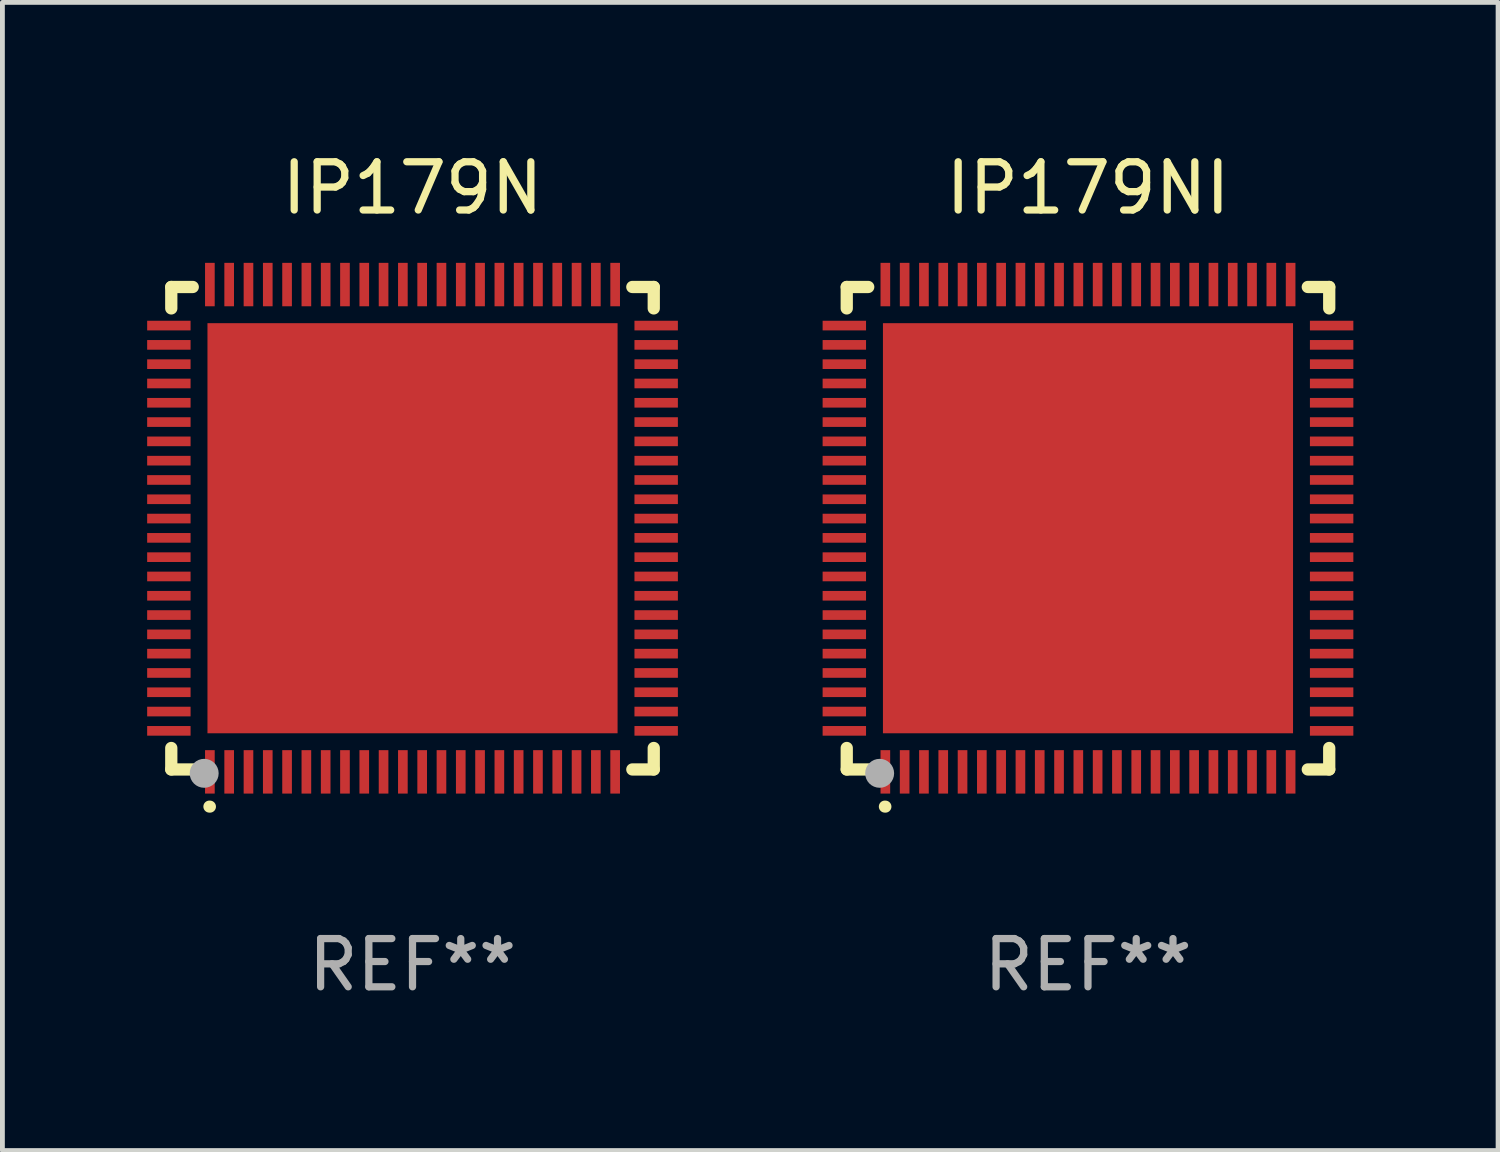
<source format=kicad_pcb>
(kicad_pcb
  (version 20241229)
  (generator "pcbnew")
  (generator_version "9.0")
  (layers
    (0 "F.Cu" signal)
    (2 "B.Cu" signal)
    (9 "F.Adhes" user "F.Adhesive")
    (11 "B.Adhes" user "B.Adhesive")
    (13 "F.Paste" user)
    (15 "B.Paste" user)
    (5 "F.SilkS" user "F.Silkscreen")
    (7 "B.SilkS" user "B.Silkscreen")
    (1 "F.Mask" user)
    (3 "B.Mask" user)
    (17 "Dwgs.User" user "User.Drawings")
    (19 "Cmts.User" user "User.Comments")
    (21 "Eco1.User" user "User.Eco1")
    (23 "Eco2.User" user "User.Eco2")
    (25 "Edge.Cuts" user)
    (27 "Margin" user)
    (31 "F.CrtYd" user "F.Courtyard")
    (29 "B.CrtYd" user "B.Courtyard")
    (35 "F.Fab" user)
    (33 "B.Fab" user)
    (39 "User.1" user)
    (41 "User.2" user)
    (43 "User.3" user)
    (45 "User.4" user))
  (footprint "IP179NI"
    (layer "F.Cu")
    (at 19.5 7.898)
    (property "Reference" "IP179NI" (at 0 -7.05 0) (layer "F.SilkS") (effects (font (size 1 1) (thickness 0.15))))
    (attr through_hole)
    (fp_line (start -5 -5) (end -4.555 -5) (stroke (width 0.254) (type solid)) (layer "F.SilkS"))
    (fp_line (start -5 -4.556) (end -5 -5) (stroke (width 0.254) (type solid)) (layer "F.SilkS"))
    (fp_line (start -5 5) (end -5 4.555) (stroke (width 0.254) (type solid)) (layer "F.SilkS"))
    (fp_line (start -5 5) (end -4.555 5) (stroke (width 0.254) (type solid)) (layer "F.SilkS"))
    (fp_line (start 4.556 -5) (end 5 -5) (stroke (width 0.254) (type solid)) (layer "F.SilkS"))
    (fp_line (start 4.556 5) (end 5 5) (stroke (width 0.254) (type solid)) (layer "F.SilkS"))
    (fp_line (start 5 -5) (end 5 -4.556) (stroke (width 0.254) (type solid)) (layer "F.SilkS"))
    (fp_line (start 5 4.555) (end 5 5) (stroke (width 0.254) (type solid)) (layer "F.SilkS"))
    (fp_arc (start -4.210008 5.770003) (mid -4.204453 5.770132) (end -4.198908 5.770486) (stroke (width 0.249987) (type solid)) (layer "F.SilkS"))
    (fp_circle (center -5 5) (end -4.97 5) (stroke (width 0.06) (type solid)) (fill no) (layer "F.SilkS"))
    (fp_circle (center -4.318 5.08) (end -4.168 5.08) (stroke (width 0.3) (type solid)) (fill no) (layer "F.Fab"))
    (fp_text user "REF**" (at 0 9.05 0) (layer "F.Fab") (effects (font (size 1 1) (thickness 0.15))))
    (pad "1" smd rect (at -4.2 5.05) (size 0.2 0.9) (layers "F.Cu" "F.Mask" "F.Paste"))
    (pad "2" smd rect (at -3.8 5.05) (size 0.2 0.9) (layers "F.Cu" "F.Mask" "F.Paste"))
    (pad "3" smd rect (at -3.4 5.05) (size 0.2 0.9) (layers "F.Cu" "F.Mask" "F.Paste"))
    (pad "4" smd rect (at -3 5.05) (size 0.2 0.9) (layers "F.Cu" "F.Mask" "F.Paste"))
    (pad "5" smd rect (at -2.6 5.05) (size 0.2 0.9) (layers "F.Cu" "F.Mask" "F.Paste"))
    (pad "6" smd rect (at -2.2 5.05) (size 0.2 0.9) (layers "F.Cu" "F.Mask" "F.Paste"))
    (pad "7" smd rect (at -1.8 5.05) (size 0.2 0.9) (layers "F.Cu" "F.Mask" "F.Paste"))
    (pad "8" smd rect (at -1.4 5.05) (size 0.2 0.9) (layers "F.Cu" "F.Mask" "F.Paste"))
    (pad "9" smd rect (at -1 5.05) (size 0.2 0.9) (layers "F.Cu" "F.Mask" "F.Paste"))
    (pad "10" smd rect (at -0.6 5.05) (size 0.2 0.9) (layers "F.Cu" "F.Mask" "F.Paste"))
    (pad "11" smd rect (at -0.2 5.05) (size 0.2 0.9) (layers "F.Cu" "F.Mask" "F.Paste"))
    (pad "12" smd rect (at 0.2 5.05) (size 0.2 0.9) (layers "F.Cu" "F.Mask" "F.Paste"))
    (pad "13" smd rect (at 0.6 5.05) (size 0.2 0.9) (layers "F.Cu" "F.Mask" "F.Paste"))
    (pad "14" smd rect (at 1 5.05) (size 0.2 0.9) (layers "F.Cu" "F.Mask" "F.Paste"))
    (pad "15" smd rect (at 1.4 5.05) (size 0.2 0.9) (layers "F.Cu" "F.Mask" "F.Paste"))
    (pad "16" smd rect (at 1.8 5.05) (size 0.2 0.9) (layers "F.Cu" "F.Mask" "F.Paste"))
    (pad "17" smd rect (at 2.2 5.05) (size 0.2 0.9) (layers "F.Cu" "F.Mask" "F.Paste"))
    (pad "18" smd rect (at 2.6 5.05) (size 0.2 0.9) (layers "F.Cu" "F.Mask" "F.Paste"))
    (pad "19" smd rect (at 3 5.05) (size 0.2 0.9) (layers "F.Cu" "F.Mask" "F.Paste"))
    (pad "20" smd rect (at 3.4 5.05) (size 0.2 0.9) (layers "F.Cu" "F.Mask" "F.Paste"))
    (pad "21" smd rect (at 3.8 5.05) (size 0.2 0.9) (layers "F.Cu" "F.Mask" "F.Paste"))
    (pad "22" smd rect (at 4.2 5.05) (size 0.2 0.9) (layers "F.Cu" "F.Mask" "F.Paste"))
    (pad "23" smd rect (at 5.05 4.2) (size 0.9 0.2) (layers "F.Cu" "F.Mask" "F.Paste"))
    (pad "24" smd rect (at 5.05 3.8) (size 0.9 0.2) (layers "F.Cu" "F.Mask" "F.Paste"))
    (pad "25" smd rect (at 5.05 3.4) (size 0.9 0.2) (layers "F.Cu" "F.Mask" "F.Paste"))
    (pad "26" smd rect (at 5.05 3) (size 0.9 0.2) (layers "F.Cu" "F.Mask" "F.Paste"))
    (pad "27" smd rect (at 5.05 2.6) (size 0.9 0.2) (layers "F.Cu" "F.Mask" "F.Paste"))
    (pad "28" smd rect (at 5.05 2.2) (size 0.9 0.2) (layers "F.Cu" "F.Mask" "F.Paste"))
    (pad "29" smd rect (at 5.05 1.8) (size 0.9 0.2) (layers "F.Cu" "F.Mask" "F.Paste"))
    (pad "30" smd rect (at 5.05 1.4) (size 0.9 0.2) (layers "F.Cu" "F.Mask" "F.Paste"))
    (pad "31" smd rect (at 5.05 1) (size 0.9 0.2) (layers "F.Cu" "F.Mask" "F.Paste"))
    (pad "32" smd rect (at 5.05 0.6) (size 0.9 0.2) (layers "F.Cu" "F.Mask" "F.Paste"))
    (pad "33" smd rect (at 5.05 0.2) (size 0.9 0.2) (layers "F.Cu" "F.Mask" "F.Paste"))
    (pad "34" smd rect (at 5.05 -0.2) (size 0.9 0.2) (layers "F.Cu" "F.Mask" "F.Paste"))
    (pad "35" smd rect (at 5.05 -0.6) (size 0.9 0.2) (layers "F.Cu" "F.Mask" "F.Paste"))
    (pad "36" smd rect (at 5.05 -1) (size 0.9 0.2) (layers "F.Cu" "F.Mask" "F.Paste"))
    (pad "37" smd rect (at 5.05 -1.4) (size 0.9 0.2) (layers "F.Cu" "F.Mask" "F.Paste"))
    (pad "38" smd rect (at 5.05 -1.8) (size 0.9 0.2) (layers "F.Cu" "F.Mask" "F.Paste"))
    (pad "39" smd rect (at 5.05 -2.2) (size 0.9 0.2) (layers "F.Cu" "F.Mask" "F.Paste"))
    (pad "40" smd rect (at 5.05 -2.6) (size 0.9 0.2) (layers "F.Cu" "F.Mask" "F.Paste"))
    (pad "41" smd rect (at 5.05 -3) (size 0.9 0.2) (layers "F.Cu" "F.Mask" "F.Paste"))
    (pad "42" smd rect (at 5.05 -3.4) (size 0.9 0.2) (layers "F.Cu" "F.Mask" "F.Paste"))
    (pad "43" smd rect (at 5.05 -3.8) (size 0.9 0.2) (layers "F.Cu" "F.Mask" "F.Paste"))
    (pad "44" smd rect (at 5.05 -4.2) (size 0.9 0.2) (layers "F.Cu" "F.Mask" "F.Paste"))
    (pad "45" smd rect (at 4.2 -5.05) (size 0.2 0.9) (layers "F.Cu" "F.Mask" "F.Paste"))
    (pad "46" smd rect (at 3.8 -5.05) (size 0.2 0.9) (layers "F.Cu" "F.Mask" "F.Paste"))
    (pad "47" smd rect (at 3.4 -5.05) (size 0.2 0.9) (layers "F.Cu" "F.Mask" "F.Paste"))
    (pad "48" smd rect (at 3 -5.05) (size 0.2 0.9) (layers "F.Cu" "F.Mask" "F.Paste"))
    (pad "49" smd rect (at 2.6 -5.05) (size 0.2 0.9) (layers "F.Cu" "F.Mask" "F.Paste"))
    (pad "50" smd rect (at 2.2 -5.05) (size 0.2 0.9) (layers "F.Cu" "F.Mask" "F.Paste"))
    (pad "51" smd rect (at 1.8 -5.05) (size 0.2 0.9) (layers "F.Cu" "F.Mask" "F.Paste"))
    (pad "52" smd rect (at 1.4 -5.05) (size 0.2 0.9) (layers "F.Cu" "F.Mask" "F.Paste"))
    (pad "53" smd rect (at 1 -5.05) (size 0.2 0.9) (layers "F.Cu" "F.Mask" "F.Paste"))
    (pad "54" smd rect (at 0.6 -5.05) (size 0.2 0.9) (layers "F.Cu" "F.Mask" "F.Paste"))
    (pad "55" smd rect (at 0.2 -5.05) (size 0.2 0.9) (layers "F.Cu" "F.Mask" "F.Paste"))
    (pad "56" smd rect (at -0.2 -5.05) (size 0.2 0.9) (layers "F.Cu" "F.Mask" "F.Paste"))
    (pad "57" smd rect (at -0.6 -5.05) (size 0.2 0.9) (layers "F.Cu" "F.Mask" "F.Paste"))
    (pad "58" smd rect (at -1 -5.05) (size 0.2 0.9) (layers "F.Cu" "F.Mask" "F.Paste"))
    (pad "59" smd rect (at -1.4 -5.05) (size 0.2 0.9) (layers "F.Cu" "F.Mask" "F.Paste"))
    (pad "60" smd rect (at -1.8 -5.05) (size 0.2 0.9) (layers "F.Cu" "F.Mask" "F.Paste"))
    (pad "61" smd rect (at -2.2 -5.05) (size 0.2 0.9) (layers "F.Cu" "F.Mask" "F.Paste"))
    (pad "62" smd rect (at -2.6 -5.05) (size 0.2 0.9) (layers "F.Cu" "F.Mask" "F.Paste"))
    (pad "63" smd rect (at -3 -5.05) (size 0.2 0.9) (layers "F.Cu" "F.Mask" "F.Paste"))
    (pad "64" smd rect (at -3.4 -5.05) (size 0.2 0.9) (layers "F.Cu" "F.Mask" "F.Paste"))
    (pad "65" smd rect (at -3.8 -5.05) (size 0.2 0.9) (layers "F.Cu" "F.Mask" "F.Paste"))
    (pad "66" smd rect (at -4.2 -5.05) (size 0.2 0.9) (layers "F.Cu" "F.Mask" "F.Paste"))
    (pad "67" smd rect (at -5.05 -4.2) (size 0.9 0.2) (layers "F.Cu" "F.Mask" "F.Paste"))
    (pad "68" smd rect (at -5.05 -3.8) (size 0.9 0.2) (layers "F.Cu" "F.Mask" "F.Paste"))
    (pad "69" smd rect (at -5.05 -3.4) (size 0.9 0.2) (layers "F.Cu" "F.Mask" "F.Paste"))
    (pad "70" smd rect (at -5.05 -3) (size 0.9 0.2) (layers "F.Cu" "F.Mask" "F.Paste"))
    (pad "71" smd rect (at -5.05 -2.6) (size 0.9 0.2) (layers "F.Cu" "F.Mask" "F.Paste"))
    (pad "72" smd rect (at -5.05 -2.2) (size 0.9 0.2) (layers "F.Cu" "F.Mask" "F.Paste"))
    (pad "73" smd rect (at -5.05 -1.8) (size 0.9 0.2) (layers "F.Cu" "F.Mask" "F.Paste"))
    (pad "74" smd rect (at -5.05 -1.4) (size 0.9 0.2) (layers "F.Cu" "F.Mask" "F.Paste"))
    (pad "75" smd rect (at -5.05 -1) (size 0.9 0.2) (layers "F.Cu" "F.Mask" "F.Paste"))
    (pad "76" smd rect (at -5.05 -0.6) (size 0.9 0.2) (layers "F.Cu" "F.Mask" "F.Paste"))
    (pad "77" smd rect (at -5.05 -0.2) (size 0.9 0.2) (layers "F.Cu" "F.Mask" "F.Paste"))
    (pad "78" smd rect (at -5.05 0.2) (size 0.9 0.2) (layers "F.Cu" "F.Mask" "F.Paste"))
    (pad "79" smd rect (at -5.05 0.6) (size 0.9 0.2) (layers "F.Cu" "F.Mask" "F.Paste"))
    (pad "80" smd rect (at -5.05 1) (size 0.9 0.2) (layers "F.Cu" "F.Mask" "F.Paste"))
    (pad "81" smd rect (at -5.05 1.4) (size 0.9 0.2) (layers "F.Cu" "F.Mask" "F.Paste"))
    (pad "82" smd rect (at -5.05 1.8) (size 0.9 0.2) (layers "F.Cu" "F.Mask" "F.Paste"))
    (pad "83" smd rect (at -5.05 2.2) (size 0.9 0.2) (layers "F.Cu" "F.Mask" "F.Paste"))
    (pad "84" smd rect (at -5.05 2.6) (size 0.9 0.2) (layers "F.Cu" "F.Mask" "F.Paste"))
    (pad "85" smd rect (at -5.05 3) (size 0.9 0.2) (layers "F.Cu" "F.Mask" "F.Paste"))
    (pad "86" smd rect (at -5.05 3.4) (size 0.9 0.2) (layers "F.Cu" "F.Mask" "F.Paste"))
    (pad "87" smd rect (at -5.05 3.8) (size 0.9 0.2) (layers "F.Cu" "F.Mask" "F.Paste"))
    (pad "88" smd rect (at -5.05 4.2) (size 0.9 0.2) (layers "F.Cu" "F.Mask" "F.Paste"))
    (pad "89" smd rect (at 0 0.000254) (size 8.5 8.5) (layers "F.Cu" "F.Mask" "F.Paste")))
  (footprint "IP179N"
    (layer "F.Cu")
    (at 5.5 7.898)
    (property "Reference" "IP179N" (at 0 -7.05 0) (layer "F.SilkS") (effects (font (size 1 1) (thickness 0.15))))
    (attr through_hole)
    (fp_line (start -5 -5) (end -4.555 -5) (stroke (width 0.254) (type solid)) (layer "F.SilkS"))
    (fp_line (start -5 -4.556) (end -5 -5) (stroke (width 0.254) (type solid)) (layer "F.SilkS"))
    (fp_line (start -5 5) (end -5 4.555) (stroke (width 0.254) (type solid)) (layer "F.SilkS"))
    (fp_line (start -5 5) (end -4.555 5) (stroke (width 0.254) (type solid)) (layer "F.SilkS"))
    (fp_line (start 4.556 -5) (end 5 -5) (stroke (width 0.254) (type solid)) (layer "F.SilkS"))
    (fp_line (start 4.556 5) (end 5 5) (stroke (width 0.254) (type solid)) (layer "F.SilkS"))
    (fp_line (start 5 -5) (end 5 -4.556) (stroke (width 0.254) (type solid)) (layer "F.SilkS"))
    (fp_line (start 5 4.555) (end 5 5) (stroke (width 0.254) (type solid)) (layer "F.SilkS"))
    (fp_arc (start -4.210008 5.770003) (mid -4.204453 5.770132) (end -4.198908 5.770486) (stroke (width 0.249987) (type solid)) (layer "F.SilkS"))
    (fp_circle (center -5 5) (end -4.97 5) (stroke (width 0.06) (type solid)) (fill no) (layer "F.SilkS"))
    (fp_circle (center -4.318 5.08) (end -4.168 5.08) (stroke (width 0.3) (type solid)) (fill no) (layer "F.Fab"))
    (fp_text user "REF**" (at 0 9.05 0) (layer "F.Fab") (effects (font (size 1 1) (thickness 0.15))))
    (pad "1" smd rect (at -4.2 5.05) (size 0.2 0.9) (layers "F.Cu" "F.Mask" "F.Paste"))
    (pad "2" smd rect (at -3.8 5.05) (size 0.2 0.9) (layers "F.Cu" "F.Mask" "F.Paste"))
    (pad "3" smd rect (at -3.4 5.05) (size 0.2 0.9) (layers "F.Cu" "F.Mask" "F.Paste"))
    (pad "4" smd rect (at -3 5.05) (size 0.2 0.9) (layers "F.Cu" "F.Mask" "F.Paste"))
    (pad "5" smd rect (at -2.6 5.05) (size 0.2 0.9) (layers "F.Cu" "F.Mask" "F.Paste"))
    (pad "6" smd rect (at -2.2 5.05) (size 0.2 0.9) (layers "F.Cu" "F.Mask" "F.Paste"))
    (pad "7" smd rect (at -1.8 5.05) (size 0.2 0.9) (layers "F.Cu" "F.Mask" "F.Paste"))
    (pad "8" smd rect (at -1.4 5.05) (size 0.2 0.9) (layers "F.Cu" "F.Mask" "F.Paste"))
    (pad "9" smd rect (at -1 5.05) (size 0.2 0.9) (layers "F.Cu" "F.Mask" "F.Paste"))
    (pad "10" smd rect (at -0.6 5.05) (size 0.2 0.9) (layers "F.Cu" "F.Mask" "F.Paste"))
    (pad "11" smd rect (at -0.2 5.05) (size 0.2 0.9) (layers "F.Cu" "F.Mask" "F.Paste"))
    (pad "12" smd rect (at 0.2 5.05) (size 0.2 0.9) (layers "F.Cu" "F.Mask" "F.Paste"))
    (pad "13" smd rect (at 0.6 5.05) (size 0.2 0.9) (layers "F.Cu" "F.Mask" "F.Paste"))
    (pad "14" smd rect (at 1 5.05) (size 0.2 0.9) (layers "F.Cu" "F.Mask" "F.Paste"))
    (pad "15" smd rect (at 1.4 5.05) (size 0.2 0.9) (layers "F.Cu" "F.Mask" "F.Paste"))
    (pad "16" smd rect (at 1.8 5.05) (size 0.2 0.9) (layers "F.Cu" "F.Mask" "F.Paste"))
    (pad "17" smd rect (at 2.2 5.05) (size 0.2 0.9) (layers "F.Cu" "F.Mask" "F.Paste"))
    (pad "18" smd rect (at 2.6 5.05) (size 0.2 0.9) (layers "F.Cu" "F.Mask" "F.Paste"))
    (pad "19" smd rect (at 3 5.05) (size 0.2 0.9) (layers "F.Cu" "F.Mask" "F.Paste"))
    (pad "20" smd rect (at 3.4 5.05) (size 0.2 0.9) (layers "F.Cu" "F.Mask" "F.Paste"))
    (pad "21" smd rect (at 3.8 5.05) (size 0.2 0.9) (layers "F.Cu" "F.Mask" "F.Paste"))
    (pad "22" smd rect (at 4.2 5.05) (size 0.2 0.9) (layers "F.Cu" "F.Mask" "F.Paste"))
    (pad "23" smd rect (at 5.05 4.2) (size 0.9 0.2) (layers "F.Cu" "F.Mask" "F.Paste"))
    (pad "24" smd rect (at 5.05 3.8) (size 0.9 0.2) (layers "F.Cu" "F.Mask" "F.Paste"))
    (pad "25" smd rect (at 5.05 3.4) (size 0.9 0.2) (layers "F.Cu" "F.Mask" "F.Paste"))
    (pad "26" smd rect (at 5.05 3) (size 0.9 0.2) (layers "F.Cu" "F.Mask" "F.Paste"))
    (pad "27" smd rect (at 5.05 2.6) (size 0.9 0.2) (layers "F.Cu" "F.Mask" "F.Paste"))
    (pad "28" smd rect (at 5.05 2.2) (size 0.9 0.2) (layers "F.Cu" "F.Mask" "F.Paste"))
    (pad "29" smd rect (at 5.05 1.8) (size 0.9 0.2) (layers "F.Cu" "F.Mask" "F.Paste"))
    (pad "30" smd rect (at 5.05 1.4) (size 0.9 0.2) (layers "F.Cu" "F.Mask" "F.Paste"))
    (pad "31" smd rect (at 5.05 1) (size 0.9 0.2) (layers "F.Cu" "F.Mask" "F.Paste"))
    (pad "32" smd rect (at 5.05 0.6) (size 0.9 0.2) (layers "F.Cu" "F.Mask" "F.Paste"))
    (pad "33" smd rect (at 5.05 0.2) (size 0.9 0.2) (layers "F.Cu" "F.Mask" "F.Paste"))
    (pad "34" smd rect (at 5.05 -0.2) (size 0.9 0.2) (layers "F.Cu" "F.Mask" "F.Paste"))
    (pad "35" smd rect (at 5.05 -0.6) (size 0.9 0.2) (layers "F.Cu" "F.Mask" "F.Paste"))
    (pad "36" smd rect (at 5.05 -1) (size 0.9 0.2) (layers "F.Cu" "F.Mask" "F.Paste"))
    (pad "37" smd rect (at 5.05 -1.4) (size 0.9 0.2) (layers "F.Cu" "F.Mask" "F.Paste"))
    (pad "38" smd rect (at 5.05 -1.8) (size 0.9 0.2) (layers "F.Cu" "F.Mask" "F.Paste"))
    (pad "39" smd rect (at 5.05 -2.2) (size 0.9 0.2) (layers "F.Cu" "F.Mask" "F.Paste"))
    (pad "40" smd rect (at 5.05 -2.6) (size 0.9 0.2) (layers "F.Cu" "F.Mask" "F.Paste"))
    (pad "41" smd rect (at 5.05 -3) (size 0.9 0.2) (layers "F.Cu" "F.Mask" "F.Paste"))
    (pad "42" smd rect (at 5.05 -3.4) (size 0.9 0.2) (layers "F.Cu" "F.Mask" "F.Paste"))
    (pad "43" smd rect (at 5.05 -3.8) (size 0.9 0.2) (layers "F.Cu" "F.Mask" "F.Paste"))
    (pad "44" smd rect (at 5.05 -4.2) (size 0.9 0.2) (layers "F.Cu" "F.Mask" "F.Paste"))
    (pad "45" smd rect (at 4.2 -5.05) (size 0.2 0.9) (layers "F.Cu" "F.Mask" "F.Paste"))
    (pad "46" smd rect (at 3.8 -5.05) (size 0.2 0.9) (layers "F.Cu" "F.Mask" "F.Paste"))
    (pad "47" smd rect (at 3.4 -5.05) (size 0.2 0.9) (layers "F.Cu" "F.Mask" "F.Paste"))
    (pad "48" smd rect (at 3 -5.05) (size 0.2 0.9) (layers "F.Cu" "F.Mask" "F.Paste"))
    (pad "49" smd rect (at 2.6 -5.05) (size 0.2 0.9) (layers "F.Cu" "F.Mask" "F.Paste"))
    (pad "50" smd rect (at 2.2 -5.05) (size 0.2 0.9) (layers "F.Cu" "F.Mask" "F.Paste"))
    (pad "51" smd rect (at 1.8 -5.05) (size 0.2 0.9) (layers "F.Cu" "F.Mask" "F.Paste"))
    (pad "52" smd rect (at 1.4 -5.05) (size 0.2 0.9) (layers "F.Cu" "F.Mask" "F.Paste"))
    (pad "53" smd rect (at 1 -5.05) (size 0.2 0.9) (layers "F.Cu" "F.Mask" "F.Paste"))
    (pad "54" smd rect (at 0.6 -5.05) (size 0.2 0.9) (layers "F.Cu" "F.Mask" "F.Paste"))
    (pad "55" smd rect (at 0.2 -5.05) (size 0.2 0.9) (layers "F.Cu" "F.Mask" "F.Paste"))
    (pad "56" smd rect (at -0.2 -5.05) (size 0.2 0.9) (layers "F.Cu" "F.Mask" "F.Paste"))
    (pad "57" smd rect (at -0.6 -5.05) (size 0.2 0.9) (layers "F.Cu" "F.Mask" "F.Paste"))
    (pad "58" smd rect (at -1 -5.05) (size 0.2 0.9) (layers "F.Cu" "F.Mask" "F.Paste"))
    (pad "59" smd rect (at -1.4 -5.05) (size 0.2 0.9) (layers "F.Cu" "F.Mask" "F.Paste"))
    (pad "60" smd rect (at -1.8 -5.05) (size 0.2 0.9) (layers "F.Cu" "F.Mask" "F.Paste"))
    (pad "61" smd rect (at -2.2 -5.05) (size 0.2 0.9) (layers "F.Cu" "F.Mask" "F.Paste"))
    (pad "62" smd rect (at -2.6 -5.05) (size 0.2 0.9) (layers "F.Cu" "F.Mask" "F.Paste"))
    (pad "63" smd rect (at -3 -5.05) (size 0.2 0.9) (layers "F.Cu" "F.Mask" "F.Paste"))
    (pad "64" smd rect (at -3.4 -5.05) (size 0.2 0.9) (layers "F.Cu" "F.Mask" "F.Paste"))
    (pad "65" smd rect (at -3.8 -5.05) (size 0.2 0.9) (layers "F.Cu" "F.Mask" "F.Paste"))
    (pad "66" smd rect (at -4.2 -5.05) (size 0.2 0.9) (layers "F.Cu" "F.Mask" "F.Paste"))
    (pad "67" smd rect (at -5.05 -4.2) (size 0.9 0.2) (layers "F.Cu" "F.Mask" "F.Paste"))
    (pad "68" smd rect (at -5.05 -3.8) (size 0.9 0.2) (layers "F.Cu" "F.Mask" "F.Paste"))
    (pad "69" smd rect (at -5.05 -3.4) (size 0.9 0.2) (layers "F.Cu" "F.Mask" "F.Paste"))
    (pad "70" smd rect (at -5.05 -3) (size 0.9 0.2) (layers "F.Cu" "F.Mask" "F.Paste"))
    (pad "71" smd rect (at -5.05 -2.6) (size 0.9 0.2) (layers "F.Cu" "F.Mask" "F.Paste"))
    (pad "72" smd rect (at -5.05 -2.2) (size 0.9 0.2) (layers "F.Cu" "F.Mask" "F.Paste"))
    (pad "73" smd rect (at -5.05 -1.8) (size 0.9 0.2) (layers "F.Cu" "F.Mask" "F.Paste"))
    (pad "74" smd rect (at -5.05 -1.4) (size 0.9 0.2) (layers "F.Cu" "F.Mask" "F.Paste"))
    (pad "75" smd rect (at -5.05 -1) (size 0.9 0.2) (layers "F.Cu" "F.Mask" "F.Paste"))
    (pad "76" smd rect (at -5.05 -0.6) (size 0.9 0.2) (layers "F.Cu" "F.Mask" "F.Paste"))
    (pad "77" smd rect (at -5.05 -0.2) (size 0.9 0.2) (layers "F.Cu" "F.Mask" "F.Paste"))
    (pad "78" smd rect (at -5.05 0.2) (size 0.9 0.2) (layers "F.Cu" "F.Mask" "F.Paste"))
    (pad "79" smd rect (at -5.05 0.6) (size 0.9 0.2) (layers "F.Cu" "F.Mask" "F.Paste"))
    (pad "80" smd rect (at -5.05 1) (size 0.9 0.2) (layers "F.Cu" "F.Mask" "F.Paste"))
    (pad "81" smd rect (at -5.05 1.4) (size 0.9 0.2) (layers "F.Cu" "F.Mask" "F.Paste"))
    (pad "82" smd rect (at -5.05 1.8) (size 0.9 0.2) (layers "F.Cu" "F.Mask" "F.Paste"))
    (pad "83" smd rect (at -5.05 2.2) (size 0.9 0.2) (layers "F.Cu" "F.Mask" "F.Paste"))
    (pad "84" smd rect (at -5.05 2.6) (size 0.9 0.2) (layers "F.Cu" "F.Mask" "F.Paste"))
    (pad "85" smd rect (at -5.05 3) (size 0.9 0.2) (layers "F.Cu" "F.Mask" "F.Paste"))
    (pad "86" smd rect (at -5.05 3.4) (size 0.9 0.2) (layers "F.Cu" "F.Mask" "F.Paste"))
    (pad "87" smd rect (at -5.05 3.8) (size 0.9 0.2) (layers "F.Cu" "F.Mask" "F.Paste"))
    (pad "88" smd rect (at -5.05 4.2) (size 0.9 0.2) (layers "F.Cu" "F.Mask" "F.Paste"))
    (pad "89" smd rect (at 0 0.000254) (size 8.5 8.5) (layers "F.Cu" "F.Mask" "F.Paste")))
  (gr_rect
    (start -3 -3)
    (end 28 20.797)
    (stroke (width 0.1) (type default))
    (fill no)
    (layer "Edge.Cuts")))
</source>
